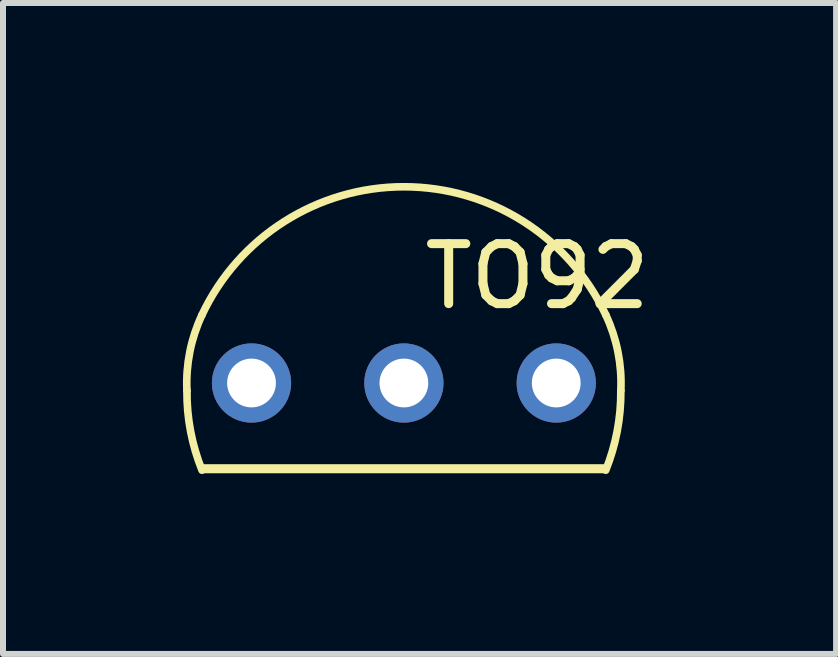
<source format=kicad_pcb>
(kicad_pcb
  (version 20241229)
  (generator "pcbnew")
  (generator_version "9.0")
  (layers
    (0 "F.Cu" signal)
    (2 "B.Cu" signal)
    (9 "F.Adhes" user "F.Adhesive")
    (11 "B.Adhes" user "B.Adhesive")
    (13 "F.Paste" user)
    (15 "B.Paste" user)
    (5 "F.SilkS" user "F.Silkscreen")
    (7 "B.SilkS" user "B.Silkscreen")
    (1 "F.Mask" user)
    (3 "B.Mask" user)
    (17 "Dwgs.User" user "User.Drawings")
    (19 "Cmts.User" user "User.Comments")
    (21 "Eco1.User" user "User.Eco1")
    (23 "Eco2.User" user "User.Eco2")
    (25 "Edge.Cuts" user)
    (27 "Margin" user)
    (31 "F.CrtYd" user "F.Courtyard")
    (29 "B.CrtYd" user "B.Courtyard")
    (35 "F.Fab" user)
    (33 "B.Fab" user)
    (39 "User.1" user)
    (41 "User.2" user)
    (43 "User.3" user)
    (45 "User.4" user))
  (footprint "TO92"
    (layer "F.Cu")
    (at 3.683 3.335)
    (property "Reference" "TO92" (at 2.223 -1.778 0) (layer "F.SilkS") (effects (font (size 1 1) (thickness 0.15))))
    (attr through_hole)
    (fp_line (start -3.334 1.429) (end 3.334 1.429) (stroke (width 0.152) (type solid)) (layer "F.SilkS"))
    (fp_arc (start -3.6165 0.127) (mid -3.568358 -0.519825) (end -3.3655 -1.1359) (stroke (width 0.127) (type solid)) (layer "F.SilkS"))
    (fp_arc (start -3.3655 -1.1359) (mid 0 -3.271382) (end 3.3655 -1.1359) (stroke (width 0.127) (type solid)) (layer "F.SilkS"))
    (fp_arc (start -3.3655 1.4534) (mid -3.556258 0.802549) (end -3.6165 0.127) (stroke (width 0.127) (type solid)) (layer "F.SilkS"))
    (fp_arc (start 3.3655 -1.1359) (mid 3.56836 -0.519825) (end 3.6165 0.127) (stroke (width 0.127) (type solid)) (layer "F.SilkS"))
    (fp_arc (start 3.6165 0.127) (mid 3.556257 0.802549) (end 3.3655 1.4534) (stroke (width 0.127) (type solid)) (layer "F.SilkS"))
    (pad "1" thru_hole circle (at -2.54 0) (size 1.321 1.321) (drill 0.813) (layers "*.Cu" "*.Mask"))
    (pad "2" thru_hole circle (at 0 0) (size 1.321 1.321) (drill 0.813) (layers "*.Cu" "*.Mask"))
    (pad "3" thru_hole circle (at 2.54 0) (size 1.321 1.321) (drill 0.813) (layers "*.Cu" "*.Mask")))
  (gr_rect
    (start -3 -3)
    (end 10.888 7.852)
    (stroke (width 0.1) (type default))
    (fill no)
    (layer "Edge.Cuts")))
</source>
